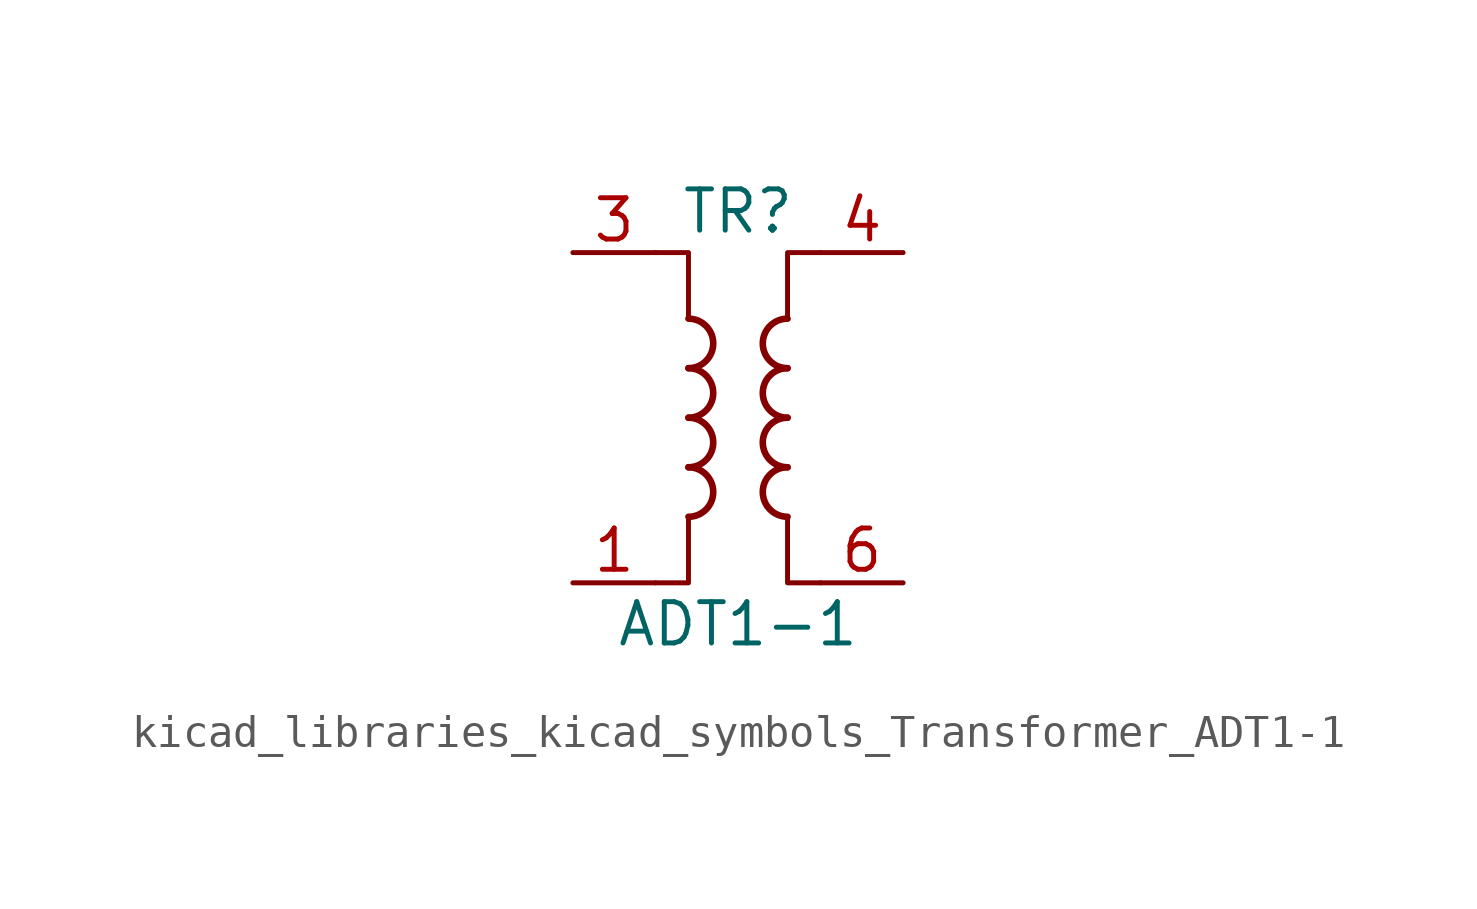
<source format=kicad_sym>
(kicad_symbol_lib
  (version 20220914)
  (generator kicad_symbol_editor)
  (symbol "kicad_libraries_kicad_symbols_Transformer_ADT1-1"
    (pin_names hide)
    (property "Reference" "TR"
      (at 0 6.35 0)
      (effects (font (size 1.27 1.27))))
    (property "Value" "ADT1-1"
      (at 0 -6.35 0)
      (effects (font (size 1.27 1.27))))
    (symbol "kicad_libraries_kicad_symbols_Transformer_ADT1-1_0_1"
      (arc (start -1.524 -3.048) (mid -0.7653 -2.286) (end -1.524 -1.524) (stroke (width 0.2032) (type default)) (fill (type none)))
      (arc (start -1.524 -1.524) (mid -0.7653 -0.762) (end -1.524 0) (stroke (width 0.2032) (type default)) (fill (type none)))
      (arc (start -1.524 0) (mid -0.7653 0.762) (end -1.524 1.524) (stroke (width 0.2032) (type default)) (fill (type none)))
      (arc (start -1.524 1.524) (mid -0.7653 2.286) (end -1.524 3.048) (stroke (width 0.2032) (type default)) (fill (type none)))
      (polyline (pts (xy -2.54 5.08) (xy -1.524 5.08) (xy -1.524 3.048)) (stroke (width 0.152) (type default)) (fill (type none)))
      (polyline (pts (xy -1.524 -3.048) (xy -1.524 -5.08) (xy -2.54 -5.08)) (stroke (width 0.152) (type default)) (fill (type none)))
      (polyline (pts (xy 1.524 3.048) (xy 1.524 5.08) (xy 2.54 5.08)) (stroke (width 0.152) (type default)) (fill (type none)))
      (polyline (pts (xy 2.54 -5.08) (xy 1.524 -5.08) (xy 1.524 -3.048)) (stroke (width 0.152) (type default)) (fill (type none)))
      (arc (start 1.524 -1.524) (mid 0.7653 -2.286) (end 1.524 -3.048) (stroke (width 0.2032) (type default)) (fill (type none)))
      (arc (start 1.524 0) (mid 0.7653 -0.762) (end 1.524 -1.524) (stroke (width 0.2032) (type default)) (fill (type none)))
      (arc (start 1.524 1.524) (mid 0.7653 0.762) (end 1.524 0) (stroke (width 0.2032) (type default)) (fill (type none)))
      (arc (start 1.524 3.048) (mid 0.7653 2.286) (end 1.524 1.524) (stroke (width 0.2032) (type default)) (fill (type none))))
    (symbol "kicad_libraries_kicad_symbols_Transformer_ADT1-1_1_1"
      (pin passive line (at -5.08 -5.08 0) (length 2.54) (name "~" (effects (font (size 1.27 1.27)))) (number "1" (effects (font (size 1.27 1.27)))))
      (pin passive line (at -5.08 5.08 0) (length 2.54) (name "~" (effects (font (size 1.27 1.27)))) (number "3" (effects (font (size 1.27 1.27)))))
      (pin passive line (at 5.08 5.08 180) (length 2.54) (name "~" (effects (font (size 1.27 1.27)))) (number "4" (effects (font (size 1.27 1.27)))))
      (pin passive line (at 5.08 -5.08 180) (length 2.54) (name "~" (effects (font (size 1.27 1.27)))) (number "6" (effects (font (size 1.27 1.27))))))))
</source>
